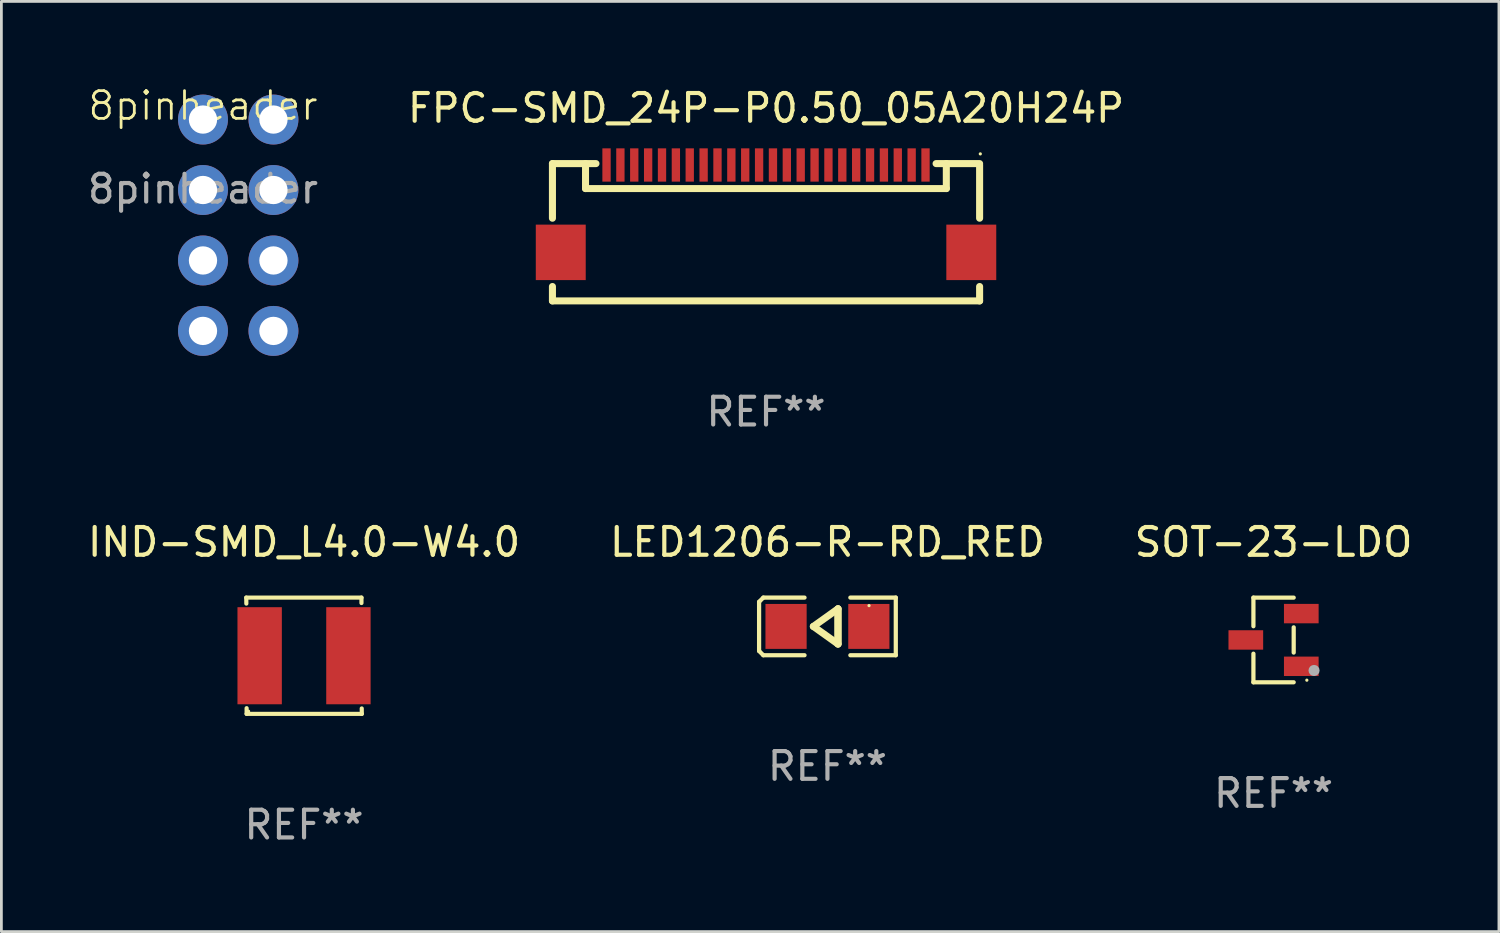
<source format=kicad_pcb>
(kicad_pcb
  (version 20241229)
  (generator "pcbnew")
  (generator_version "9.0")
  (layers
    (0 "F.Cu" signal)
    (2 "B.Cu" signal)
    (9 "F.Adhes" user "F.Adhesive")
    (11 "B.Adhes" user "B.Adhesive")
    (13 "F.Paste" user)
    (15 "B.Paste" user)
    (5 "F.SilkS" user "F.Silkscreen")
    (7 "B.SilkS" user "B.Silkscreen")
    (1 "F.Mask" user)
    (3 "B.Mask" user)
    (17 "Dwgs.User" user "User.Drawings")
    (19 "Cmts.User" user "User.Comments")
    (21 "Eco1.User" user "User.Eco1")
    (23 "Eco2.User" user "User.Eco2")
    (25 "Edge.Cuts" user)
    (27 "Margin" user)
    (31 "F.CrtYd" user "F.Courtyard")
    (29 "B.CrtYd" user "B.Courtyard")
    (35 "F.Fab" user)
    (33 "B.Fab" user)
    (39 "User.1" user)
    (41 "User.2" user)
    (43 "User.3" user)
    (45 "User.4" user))
  (footprint "8pinheader"
    (layer "F.Cu")
    (at 4.268 1.26)
    (property "Reference" "8pinheader" (at 0 -0.5 0) (unlocked yes) (layer "F.SilkS") (effects (font (size 1 1) (thickness 0.1))))
    (attr smd)
    (fp_text user "${REFERENCE}" (at 0 2.5 0) (unlocked yes) (layer "F.Fab") (effects (font (size 1 1) (thickness 0.15))))
    (pad "1" thru_hole circle (at 0 0) (size 1.8 1.8) (drill 1.02) (layers "*.Cu" "*.Mask"))
    (pad "2" thru_hole circle (at 2.54 0) (size 1.8 1.8) (drill 1.02) (layers "*.Cu" "*.Mask"))
    (pad "3" thru_hole circle (at 0 2.54) (size 1.8 1.8) (drill 1.02) (layers "*.Cu" "*.Mask"))
    (pad "4" thru_hole circle (at 2.54 2.54) (size 1.8 1.8) (drill 1.02) (layers "*.Cu" "*.Mask"))
    (pad "5" thru_hole circle (at 0 5.08) (size 1.8 1.8) (drill 1.02) (layers "*.Cu" "*.Mask"))
    (pad "6" thru_hole circle (at 2.54 5.08) (size 1.8 1.8) (drill 1.02) (layers "*.Cu" "*.Mask"))
    (pad "7" thru_hole circle (at 0 7.62) (size 1.8 1.8) (drill 1.02) (layers "*.Cu" "*.Mask"))
    (pad "8" thru_hole circle (at 2.54 7.62) (size 1.8 1.8) (drill 1.02) (layers "*.Cu" "*.Mask")))
  (footprint "LED1206-R-RD_RED"
    (layer "F.Cu")
    (at 26.78 19.533)
    (property "Reference" "LED1206-R-RD_RED" (at 0.000051 -3.039 0) (layer "F.SilkS") (effects (font (size 1 1) (thickness 0.15))))
    (attr smd)
    (fp_line (start -2.464 -0.886) (end -2.311 -1.039) (stroke (width 0.152) (type solid)) (layer "F.SilkS"))
    (fp_line (start -2.464 0.886) (end -2.464 -0.886) (stroke (width 0.152) (type solid)) (layer "F.SilkS"))
    (fp_line (start -2.311 -1.039) (end -0.826 -1.039) (stroke (width 0.152) (type solid)) (layer "F.SilkS"))
    (fp_line (start -2.311 1.039) (end -2.464 0.886) (stroke (width 0.152) (type solid)) (layer "F.SilkS"))
    (fp_line (start -0.826 1.039) (end -2.311 1.039) (stroke (width 0.152) (type solid)) (layer "F.SilkS"))
    (fp_line (start -0.508 0) (end 0.381 0.635) (stroke (width 0.254) (type solid)) (layer "F.SilkS"))
    (fp_line (start 0.381 -0.635) (end -0.508 0) (stroke (width 0.254) (type solid)) (layer "F.SilkS"))
    (fp_line (start 0.381 -0.635) (end 0.381 0.635) (stroke (width 0.254) (type solid)) (layer "F.SilkS"))
    (fp_line (start 0.381 0.635) (end 0.381 -0.635) (stroke (width 0.254) (type solid)) (layer "F.SilkS"))
    (fp_line (start 0.826 1.039) (end 2.464 1.039) (stroke (width 0.152) (type solid)) (layer "F.SilkS"))
    (fp_line (start 2.464 -1.039) (end 0.826 -1.039) (stroke (width 0.152) (type solid)) (layer "F.SilkS"))
    (fp_line (start 2.464 1.039) (end 2.464 -1.039) (stroke (width 0.152) (type solid)) (layer "F.SilkS"))
    (fp_circle (center 1.5 -0.75) (end 1.53 -0.75) (stroke (width 0.06) (type solid)) (fill no) (layer "F.SilkS"))
    (fp_text user "REF**" (at 0.000051 5.039 0) (layer "F.Fab") (effects (font (size 1 1) (thickness 0.15))))
    (pad "1" smd rect (at 1.493 0) (size 1.485 1.62) (layers "F.Cu" "F.Mask" "F.Paste"))
    (pad "2" smd rect (at -1.492 0) (size 1.485 1.62) (layers "F.Cu" "F.Mask" "F.Paste")))
  (footprint "IND-SMD_L4.0-W4.0"
    (layer "F.Cu")
    (at 7.911 20.59)
    (property "Reference" "IND-SMD_L4.0-W4.0" (at -0.000178 -4.096 0) (layer "F.SilkS") (effects (font (size 1 1) (thickness 0.15))))
    (attr smd)
    (fp_line (start -2.083 -2.096) (end -2.08 -1.88) (stroke (width 0.15) (type solid)) (layer "F.SilkS"))
    (fp_line (start -2.07 1.89) (end -2.07 2.096) (stroke (width 0.15) (type solid)) (layer "F.SilkS"))
    (fp_line (start -2.07 2.096) (end 2.082 2.096) (stroke (width 0.15) (type solid)) (layer "F.SilkS"))
    (fp_line (start 2.07 -1.9) (end 2.07 -2.096) (stroke (width 0.15) (type solid)) (layer "F.SilkS"))
    (fp_line (start 2.07 -2.096) (end -2.083 -2.096) (stroke (width 0.15) (type solid)) (layer "F.SilkS"))
    (fp_line (start 2.082 2.096) (end 2.08 1.9) (stroke (width 0.15) (type solid)) (layer "F.SilkS"))
    (fp_circle (center -2 2) (end -1.97 2) (stroke (width 0.06) (type solid)) (fill no) (layer "F.SilkS"))
    (fp_text user "REF**" (at -0.000178 6.096 0) (layer "F.Fab") (effects (font (size 1 1) (thickness 0.15))))
    (pad "1" smd rect (at -1.6 0) (size 1.6 3.5) (layers "F.Cu" "F.Mask" "F.Paste"))
    (pad "2" smd rect (at 1.6 0) (size 1.6 3.5) (layers "F.Cu" "F.Mask" "F.Paste")))
  (footprint "SOT-23-LDO"
    (layer "F.Cu")
    (at 42.863 20.021)
    (property "Reference" "SOT-23-LDO" (at 0 -3.526 0) (layer "F.SilkS") (effects (font (size 1 1) (thickness 0.15))))
    (attr smd)
    (fp_line (start -0.726 -1.526) (end -0.726 -0.495) (stroke (width 0.152) (type solid)) (layer "F.SilkS"))
    (fp_line (start -0.726 1.526) (end -0.726 0.495) (stroke (width 0.152) (type solid)) (layer "F.SilkS"))
    (fp_line (start 0.726 -1.526) (end -0.726 -1.526) (stroke (width 0.152) (type solid)) (layer "F.SilkS"))
    (fp_line (start 0.726 -0.455) (end 0.726 0.455) (stroke (width 0.152) (type solid)) (layer "F.SilkS"))
    (fp_line (start 0.726 1.526) (end -0.726 1.526) (stroke (width 0.152) (type solid)) (layer "F.SilkS"))
    (fp_circle (center 1.2 1.45) (end 1.23 1.45) (stroke (width 0.06) (type solid)) (fill no) (layer "F.SilkS"))
    (fp_circle (center 1.46 1.1) (end 1.56 1.1) (stroke (width 0.2) (type solid)) (fill no) (layer "F.Fab"))
    (fp_text user "REF**" (at 0 5.526 0) (layer "F.Fab") (effects (font (size 1 1) (thickness 0.15))))
    (pad "1" smd rect (at 1 0.95) (size 1.25 0.7) (layers "F.Cu" "F.Mask" "F.Paste"))
    (pad "2" smd rect (at 1 -0.95) (size 1.25 0.7) (layers "F.Cu" "F.Mask" "F.Paste"))
    (pad "3" smd rect (at -1 0) (size 1.25 0.7) (layers "F.Cu" "F.Mask" "F.Paste")))
  (footprint "FPC-SMD_24P-P0.50_05A20H24P"
    (layer "F.Cu")
    (at 24.566 4.473)
    (property "Reference" "FPC-SMD_24P-P0.50_05A20H24P" (at -0.000025 -3.625 0) (layer "F.SilkS") (effects (font (size 1 1) (thickness 0.15))))
    (attr smd)
    (fp_line (start -7.7 -1.625) (end -7.7 0.344) (stroke (width 0.254) (type solid)) (layer "F.SilkS"))
    (fp_line (start -7.7 2.806) (end -7.7 3.325) (stroke (width 0.254) (type solid)) (layer "F.SilkS"))
    (fp_line (start -7.7 3.325) (end 7.7 3.325) (stroke (width 0.254) (type solid)) (layer "F.SilkS"))
    (fp_line (start -6.507 -1.625) (end -6.507 -0.725) (stroke (width 0.254) (type solid)) (layer "F.SilkS"))
    (fp_line (start -6.507 -0.725) (end 6.5 -0.725) (stroke (width 0.254) (type solid)) (layer "F.SilkS"))
    (fp_line (start -6.131 -1.625) (end -7.7 -1.625) (stroke (width 0.254) (type solid)) (layer "F.SilkS"))
    (fp_line (start 6.131 -1.625) (end 7.7 -1.625) (stroke (width 0.254) (type solid)) (layer "F.SilkS"))
    (fp_line (start 6.5 -0.725) (end 6.5 -1.625) (stroke (width 0.254) (type solid)) (layer "F.SilkS"))
    (fp_line (start 7.7 0.344) (end 7.7 -1.575) (stroke (width 0.254) (type solid)) (layer "F.SilkS"))
    (fp_line (start 7.7 3.325) (end 7.7 2.806) (stroke (width 0.254) (type solid)) (layer "F.SilkS"))
    (fp_circle (center 7.725 -1.975) (end 7.755 -1.975) (stroke (width 0.06) (type solid)) (fill no) (layer "F.SilkS"))
    (fp_text user "REF**" (at -0.000025 7.325 0) (layer "F.Fab") (effects (font (size 1 1) (thickness 0.15))))
    (pad "1" smd rect (at 5.75 -1.575) (size 0.3 1.2) (layers "F.Cu" "F.Mask" "F.Paste"))
    (pad "2" smd rect (at 5.25 -1.575) (size 0.3 1.2) (layers "F.Cu" "F.Mask" "F.Paste"))
    (pad "3" smd rect (at 4.75 -1.575) (size 0.3 1.2) (layers "F.Cu" "F.Mask" "F.Paste"))
    (pad "4" smd rect (at 4.25 -1.575) (size 0.3 1.2) (layers "F.Cu" "F.Mask" "F.Paste"))
    (pad "5" smd rect (at 3.75 -1.575) (size 0.3 1.2) (layers "F.Cu" "F.Mask" "F.Paste"))
    (pad "6" smd rect (at 3.25 -1.575) (size 0.3 1.2) (layers "F.Cu" "F.Mask" "F.Paste"))
    (pad "7" smd rect (at 2.75 -1.575) (size 0.3 1.2) (layers "F.Cu" "F.Mask" "F.Paste"))
    (pad "8" smd rect (at 2.25 -1.575) (size 0.3 1.2) (layers "F.Cu" "F.Mask" "F.Paste"))
    (pad "9" smd rect (at 1.75 -1.575) (size 0.3 1.2) (layers "F.Cu" "F.Mask" "F.Paste"))
    (pad "10" smd rect (at 1.25 -1.575) (size 0.3 1.2) (layers "F.Cu" "F.Mask" "F.Paste"))
    (pad "11" smd rect (at 0.75 -1.575) (size 0.3 1.2) (layers "F.Cu" "F.Mask" "F.Paste"))
    (pad "12" smd rect (at 0.25 -1.575) (size 0.3 1.2) (layers "F.Cu" "F.Mask" "F.Paste"))
    (pad "13" smd rect (at -0.25 -1.575) (size 0.3 1.2) (layers "F.Cu" "F.Mask" "F.Paste"))
    (pad "14" smd rect (at -0.75 -1.575) (size 0.3 1.2) (layers "F.Cu" "F.Mask" "F.Paste"))
    (pad "15" smd rect (at -1.25 -1.575) (size 0.3 1.2) (layers "F.Cu" "F.Mask" "F.Paste"))
    (pad "16" smd rect (at -1.75 -1.575) (size 0.3 1.2) (layers "F.Cu" "F.Mask" "F.Paste"))
    (pad "17" smd rect (at -2.25 -1.575) (size 0.3 1.2) (layers "F.Cu" "F.Mask" "F.Paste"))
    (pad "18" smd rect (at -2.75 -1.575) (size 0.3 1.2) (layers "F.Cu" "F.Mask" "F.Paste"))
    (pad "19" smd rect (at -3.25 -1.575) (size 0.3 1.2) (layers "F.Cu" "F.Mask" "F.Paste"))
    (pad "20" smd rect (at -3.75 -1.575) (size 0.3 1.2) (layers "F.Cu" "F.Mask" "F.Paste"))
    (pad "21" smd rect (at -4.25 -1.575) (size 0.3 1.2) (layers "F.Cu" "F.Mask" "F.Paste"))
    (pad "22" smd rect (at -4.75 -1.575) (size 0.3 1.2) (layers "F.Cu" "F.Mask" "F.Paste"))
    (pad "23" smd rect (at -5.25 -1.575) (size 0.3 1.2) (layers "F.Cu" "F.Mask" "F.Paste"))
    (pad "24" smd rect (at -5.75 -1.575) (size 0.3 1.2) (layers "F.Cu" "F.Mask" "F.Paste"))
    (pad "25" smd rect (at -7.4 1.575) (size 1.8 2) (layers "F.Cu" "F.Mask" "F.Paste"))
    (pad "26" smd rect (at 7.4 1.575) (size 1.8 2) (layers "F.Cu" "F.Mask" "F.Paste")))
  (gr_rect
    (start -3 -3)
    (end 50.988 30.535)
    (stroke (width 0.1) (type default))
    (fill no)
    (layer "Edge.Cuts")))
</source>
